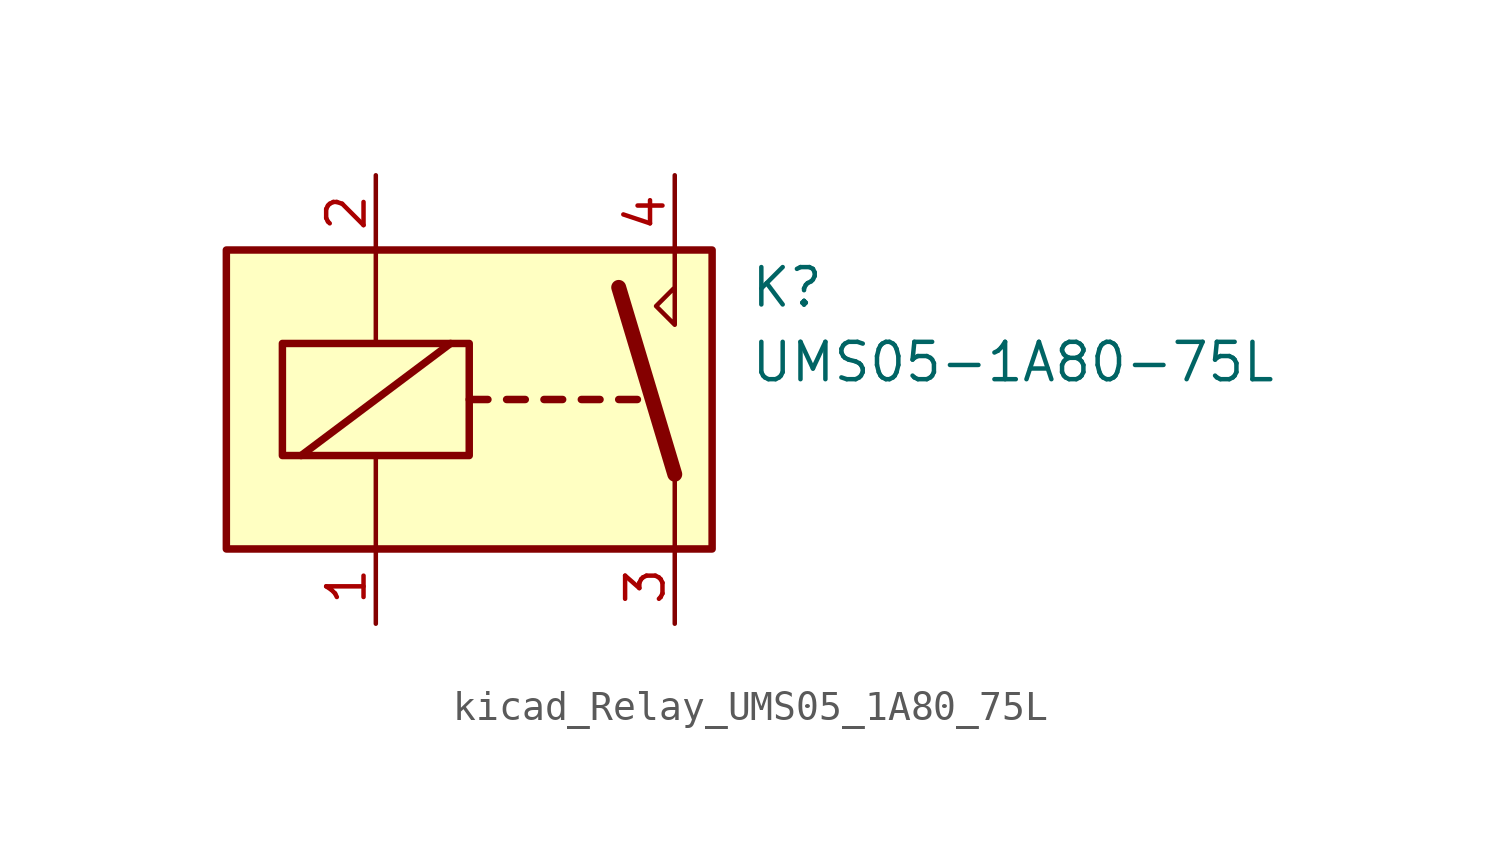
<source format=kicad_sym>
(kicad_symbol_lib
  (version 20220914)
  (generator kicad_symbol_editor)
  (symbol "kicad_Relay_UMS05_1A80_75L"
    (property "Reference" "K"
      (at 7.62 3.81 0)
      (effects (font (size 1.27 1.27)) (justify left)))
    (property "Value" "UMS05-1A80-75L"
      (at 7.62 1.27 0)
      (effects (font (size 1.27 1.27)) (justify left)))
    (symbol "kicad_Relay_UMS05_1A80_75L_0_0"
      (polyline (pts (xy 5.08 5.08) (xy 5.08 2.54) (xy 4.445 3.175) (xy 5.08 3.81)) (stroke (width 0) (type default)) (fill (type none))))
    (symbol "kicad_Relay_UMS05_1A80_75L_0_1"
      (rectangle (start -10.16 5.08) (end 6.35 -5.08) (stroke (width 0.254) (type default)) (fill (type background)))
      (rectangle (start -8.255 1.905) (end -1.905 -1.905) (stroke (width 0.254) (type default)) (fill (type none)))
      (polyline (pts (xy -7.62 -1.905) (xy -2.54 1.905)) (stroke (width 0.254) (type default)) (fill (type none)))
      (polyline (pts (xy -5.08 -5.08) (xy -5.08 -1.905)) (stroke (width 0) (type default)) (fill (type none)))
      (polyline (pts (xy -5.08 5.08) (xy -5.08 1.905)) (stroke (width 0) (type default)) (fill (type none)))
      (polyline (pts (xy -1.905 0) (xy -1.27 0)) (stroke (width 0.254) (type default)) (fill (type none)))
      (polyline (pts (xy -0.635 0) (xy 0 0)) (stroke (width 0.254) (type default)) (fill (type none)))
      (polyline (pts (xy 0.635 0) (xy 1.27 0)) (stroke (width 0.254) (type default)) (fill (type none)))
      (polyline (pts (xy 1.905 0) (xy 2.54 0)) (stroke (width 0.254) (type default)) (fill (type none)))
      (polyline (pts (xy 3.175 0) (xy 3.81 0)) (stroke (width 0.254) (type default)) (fill (type none)))
      (polyline (pts (xy 5.08 -2.54) (xy 3.175 3.81)) (stroke (width 0.508) (type default)) (fill (type none)))
      (polyline (pts (xy 5.08 -2.54) (xy 5.08 -5.08)) (stroke (width 0) (type default)) (fill (type none))))
    (symbol "kicad_Relay_UMS05_1A80_75L_1_1"
      (pin passive line (at -5.08 -7.62 90) (length 2.54) (name "~" (effects (font (size 1.27 1.27)))) (number "1" (effects (font (size 1.27 1.27)))))
      (pin passive line (at -5.08 7.62 270) (length 2.54) (name "~" (effects (font (size 1.27 1.27)))) (number "2" (effects (font (size 1.27 1.27)))))
      (pin passive line (at 5.08 -7.62 90) (length 2.54) (name "~" (effects (font (size 1.27 1.27)))) (number "3" (effects (font (size 1.27 1.27)))))
      (pin passive line (at 5.08 7.62 270) (length 2.54) (name "~" (effects (font (size 1.27 1.27)))) (number "4" (effects (font (size 1.27 1.27))))))))
</source>
